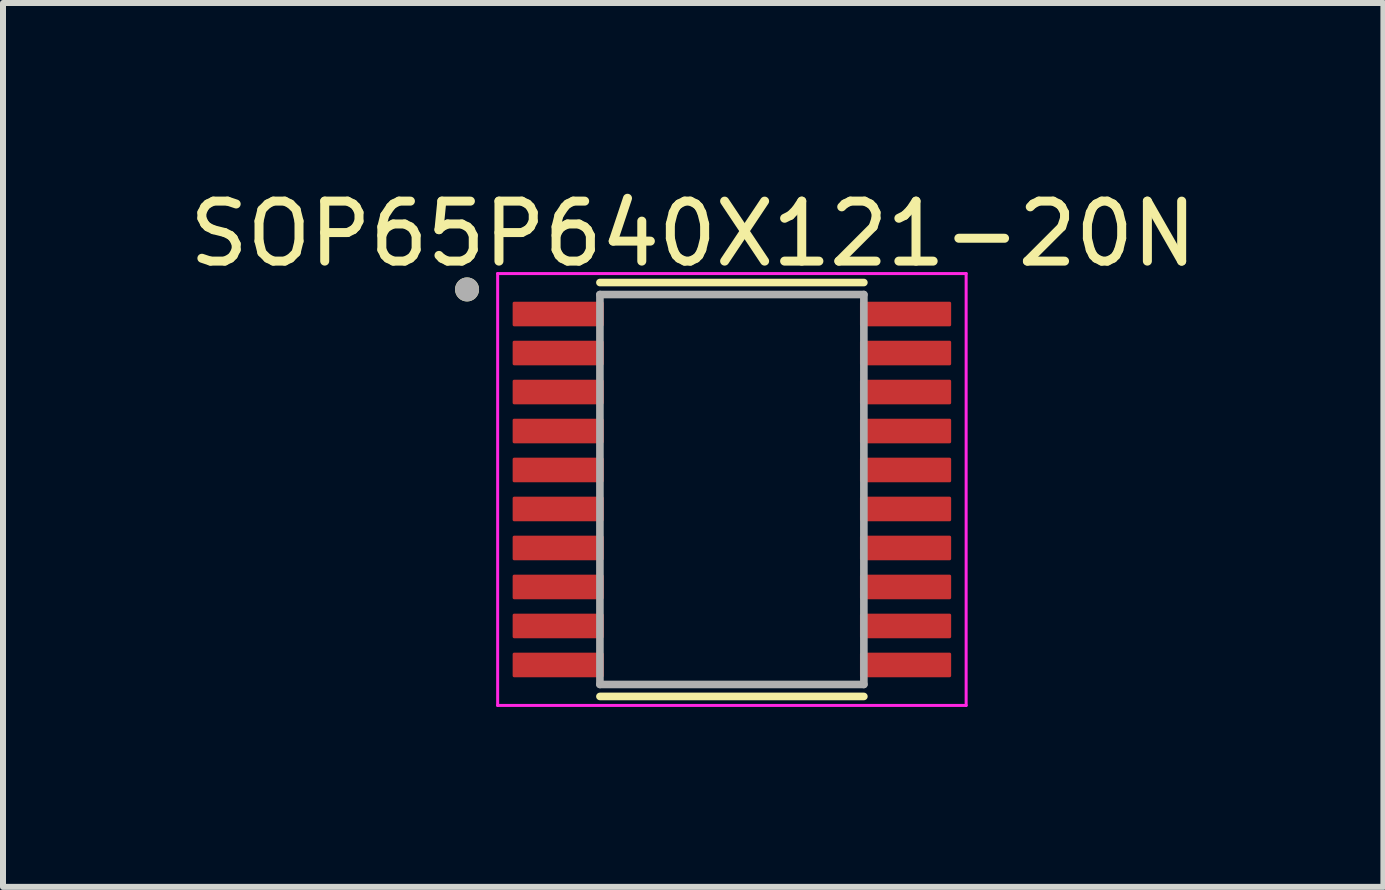
<source format=kicad_pcb>
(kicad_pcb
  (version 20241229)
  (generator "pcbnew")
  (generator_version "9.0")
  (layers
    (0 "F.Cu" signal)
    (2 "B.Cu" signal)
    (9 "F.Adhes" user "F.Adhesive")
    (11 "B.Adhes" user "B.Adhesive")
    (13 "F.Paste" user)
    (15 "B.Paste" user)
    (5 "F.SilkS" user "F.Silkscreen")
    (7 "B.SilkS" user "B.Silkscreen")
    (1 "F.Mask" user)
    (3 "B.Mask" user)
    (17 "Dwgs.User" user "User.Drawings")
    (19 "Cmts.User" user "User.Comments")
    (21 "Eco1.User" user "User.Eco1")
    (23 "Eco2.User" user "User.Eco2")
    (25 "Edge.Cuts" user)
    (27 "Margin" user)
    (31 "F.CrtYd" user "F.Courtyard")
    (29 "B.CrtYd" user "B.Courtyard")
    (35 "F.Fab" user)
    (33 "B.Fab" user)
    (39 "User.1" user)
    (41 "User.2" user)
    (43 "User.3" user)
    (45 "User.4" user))
  (footprint "SOP65P640X121-20N"
    (layer "F.Cu")
    (at 9.151 5.11)
    (property "Reference" "SOP65P640X121-20N" (at -0.645 -4.262 0) (layer "F.SilkS") (effects (font (size 1 1) (thickness 0.15))))
    (attr smd)
    (fp_line (start -2.2 -3.45) (end 2.2 -3.45) (stroke (width 0.127) (type solid)) (layer "F.SilkS"))
    (fp_line (start -2.2 3.45) (end 2.2 3.45) (stroke (width 0.127) (type solid)) (layer "F.SilkS"))
    (fp_circle (center -4.415 -3.335) (end -4.315 -3.335) (stroke (width 0.2) (type solid)) (fill no) (layer "F.SilkS"))
    (fp_line (start -3.905 -3.6) (end -3.905 3.6) (stroke (width 0.05) (type solid)) (layer "F.CrtYd"))
    (fp_line (start -3.905 -3.6) (end 3.905 -3.6) (stroke (width 0.05) (type solid)) (layer "F.CrtYd"))
    (fp_line (start -3.905 3.6) (end 3.905 3.6) (stroke (width 0.05) (type solid)) (layer "F.CrtYd"))
    (fp_line (start 3.905 -3.6) (end 3.905 3.6) (stroke (width 0.05) (type solid)) (layer "F.CrtYd"))
    (fp_line (start -2.2 -3.25) (end -2.2 3.25) (stroke (width 0.127) (type solid)) (layer "F.Fab"))
    (fp_line (start -2.2 -3.25) (end 2.2 -3.25) (stroke (width 0.127) (type solid)) (layer "F.Fab"))
    (fp_line (start -2.2 3.25) (end 2.2 3.25) (stroke (width 0.127) (type solid)) (layer "F.Fab"))
    (fp_line (start 2.2 -3.25) (end 2.2 3.25) (stroke (width 0.127) (type solid)) (layer "F.Fab"))
    (fp_circle (center -4.415 -3.335) (end -4.315 -3.335) (stroke (width 0.2) (type solid)) (fill no) (layer "F.Fab"))
    (pad "1" smd roundrect (at -2.895 -2.925) (size 1.52 0.41) (layers "F.Cu" "F.Mask" "F.Paste") (roundrect_rratio 0.06))
    (pad "2" smd roundrect (at -2.895 -2.275) (size 1.52 0.41) (layers "F.Cu" "F.Mask" "F.Paste") (roundrect_rratio 0.06))
    (pad "3" smd roundrect (at -2.895 -1.625) (size 1.52 0.41) (layers "F.Cu" "F.Mask" "F.Paste") (roundrect_rratio 0.06))
    (pad "4" smd roundrect (at -2.895 -0.975) (size 1.52 0.41) (layers "F.Cu" "F.Mask" "F.Paste") (roundrect_rratio 0.06))
    (pad "5" smd roundrect (at -2.895 -0.325) (size 1.52 0.41) (layers "F.Cu" "F.Mask" "F.Paste") (roundrect_rratio 0.06))
    (pad "6" smd roundrect (at -2.895 0.325) (size 1.52 0.41) (layers "F.Cu" "F.Mask" "F.Paste") (roundrect_rratio 0.06))
    (pad "7" smd roundrect (at -2.895 0.975) (size 1.52 0.41) (layers "F.Cu" "F.Mask" "F.Paste") (roundrect_rratio 0.06))
    (pad "8" smd roundrect (at -2.895 1.625) (size 1.52 0.41) (layers "F.Cu" "F.Mask" "F.Paste") (roundrect_rratio 0.06))
    (pad "9" smd roundrect (at -2.895 2.275) (size 1.52 0.41) (layers "F.Cu" "F.Mask" "F.Paste") (roundrect_rratio 0.06))
    (pad "10" smd roundrect (at -2.895 2.925) (size 1.52 0.41) (layers "F.Cu" "F.Mask" "F.Paste") (roundrect_rratio 0.06))
    (pad "11" smd roundrect (at 2.895 2.925) (size 1.52 0.41) (layers "F.Cu" "F.Mask" "F.Paste") (roundrect_rratio 0.06))
    (pad "12" smd roundrect (at 2.895 2.275) (size 1.52 0.41) (layers "F.Cu" "F.Mask" "F.Paste") (roundrect_rratio 0.06))
    (pad "13" smd roundrect (at 2.895 1.625) (size 1.52 0.41) (layers "F.Cu" "F.Mask" "F.Paste") (roundrect_rratio 0.06))
    (pad "14" smd roundrect (at 2.895 0.975) (size 1.52 0.41) (layers "F.Cu" "F.Mask" "F.Paste") (roundrect_rratio 0.06))
    (pad "15" smd roundrect (at 2.895 0.325) (size 1.52 0.41) (layers "F.Cu" "F.Mask" "F.Paste") (roundrect_rratio 0.06))
    (pad "16" smd roundrect (at 2.895 -0.325) (size 1.52 0.41) (layers "F.Cu" "F.Mask" "F.Paste") (roundrect_rratio 0.06))
    (pad "17" smd roundrect (at 2.895 -0.975) (size 1.52 0.41) (layers "F.Cu" "F.Mask" "F.Paste") (roundrect_rratio 0.06))
    (pad "18" smd roundrect (at 2.895 -1.625) (size 1.52 0.41) (layers "F.Cu" "F.Mask" "F.Paste") (roundrect_rratio 0.06))
    (pad "19" smd roundrect (at 2.895 -2.275) (size 1.52 0.41) (layers "F.Cu" "F.Mask" "F.Paste") (roundrect_rratio 0.06))
    (pad "20" smd roundrect (at 2.895 -2.925) (size 1.52 0.41) (layers "F.Cu" "F.Mask" "F.Paste") (roundrect_rratio 0.06)))
  (gr_rect
    (start -3 -3)
    (end 20.012 11.735)
    (stroke (width 0.1) (type default))
    (fill no)
    (layer "Edge.Cuts")))
</source>
